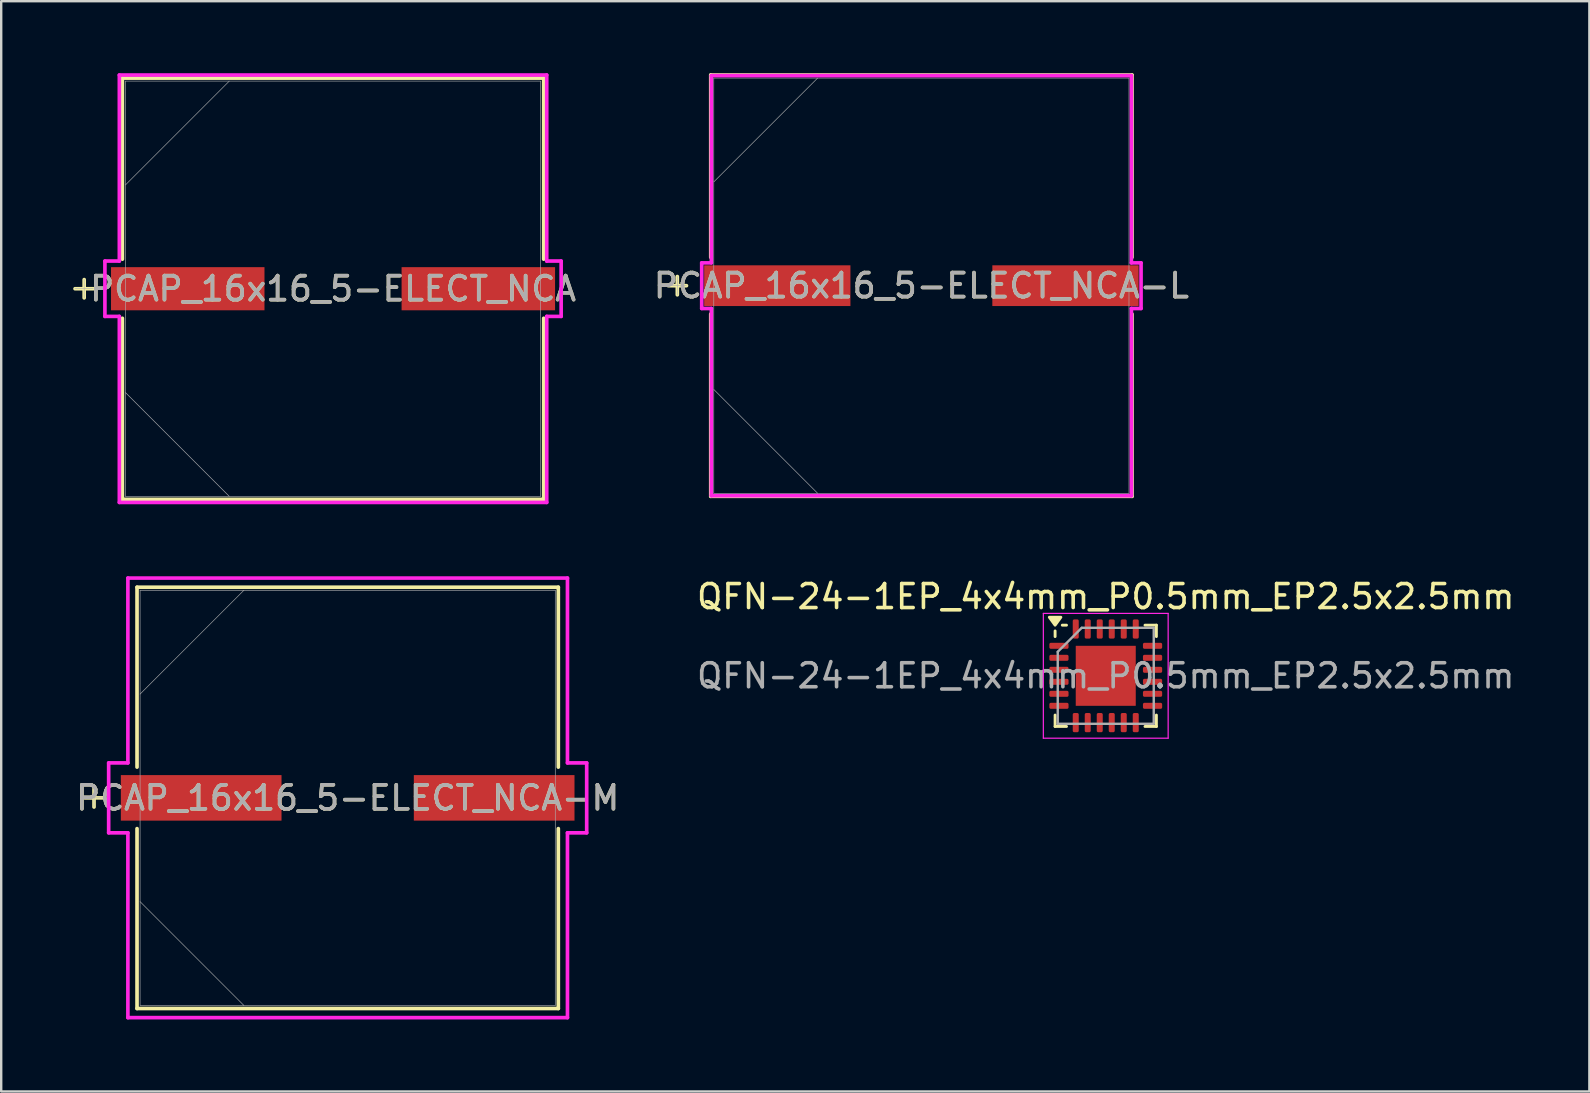
<source format=kicad_pcb>
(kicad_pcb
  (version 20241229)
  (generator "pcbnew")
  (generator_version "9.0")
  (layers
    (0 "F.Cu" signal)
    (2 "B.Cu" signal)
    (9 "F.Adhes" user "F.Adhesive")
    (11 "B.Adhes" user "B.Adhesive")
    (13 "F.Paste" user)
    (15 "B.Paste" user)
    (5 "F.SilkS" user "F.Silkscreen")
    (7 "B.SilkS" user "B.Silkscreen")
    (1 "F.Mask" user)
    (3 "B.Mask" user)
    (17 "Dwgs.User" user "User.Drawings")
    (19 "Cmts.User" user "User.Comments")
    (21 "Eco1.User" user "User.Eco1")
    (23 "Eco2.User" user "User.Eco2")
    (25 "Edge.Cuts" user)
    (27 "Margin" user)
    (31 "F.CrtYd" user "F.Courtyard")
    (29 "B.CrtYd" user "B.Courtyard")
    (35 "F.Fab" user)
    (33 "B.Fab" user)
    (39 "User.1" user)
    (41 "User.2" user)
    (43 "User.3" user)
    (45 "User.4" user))
  (footprint "PCAP_16x16_5-ELECT_NCA"
    (layer "F.Cu")
    (at 10.825 8.979)
    (property "Reference" "PCAP_16x16_5-ELECT_NCA" (at 0 0 0) (unlocked yes) (layer "F.SilkS") (effects (font (size 1 1) (thickness 0.15))))
    (attr smd)
    (fp_line (start -10.368 -0.381) (end -10.368 0.381) (stroke (width 0.152) (type solid)) (layer "F.SilkS"))
    (fp_line (start -9.987 0) (end -10.749 0) (stroke (width 0.152) (type solid)) (layer "F.SilkS"))
    (fp_line (start -8.776 -8.776) (end -8.776 -1.231) (stroke (width 0.152) (type solid)) (layer "F.SilkS"))
    (fp_line (start -8.776 1.231) (end -8.776 8.776) (stroke (width 0.152) (type solid)) (layer "F.SilkS"))
    (fp_line (start -8.776 8.776) (end 8.776 8.776) (stroke (width 0.152) (type solid)) (layer "F.SilkS"))
    (fp_line (start 8.776 -8.776) (end -8.776 -8.776) (stroke (width 0.152) (type solid)) (layer "F.SilkS"))
    (fp_line (start 8.776 -1.231) (end 8.776 -8.776) (stroke (width 0.152) (type solid)) (layer "F.SilkS"))
    (fp_line (start 8.776 8.776) (end 8.776 1.231) (stroke (width 0.152) (type solid)) (layer "F.SilkS"))
    (fp_line (start -9.504 -1.153) (end -8.903 -1.153) (stroke (width 0.152) (type solid)) (layer "F.CrtYd"))
    (fp_line (start -9.504 1.153) (end -9.504 -1.153) (stroke (width 0.152) (type solid)) (layer "F.CrtYd"))
    (fp_line (start -8.903 -8.903) (end 8.903 -8.903) (stroke (width 0.152) (type solid)) (layer "F.CrtYd"))
    (fp_line (start -8.903 -1.153) (end -8.903 -8.903) (stroke (width 0.152) (type solid)) (layer "F.CrtYd"))
    (fp_line (start -8.903 1.153) (end -9.504 1.153) (stroke (width 0.152) (type solid)) (layer "F.CrtYd"))
    (fp_line (start -8.903 8.903) (end -8.903 1.153) (stroke (width 0.152) (type solid)) (layer "F.CrtYd"))
    (fp_line (start 8.903 -8.903) (end 8.903 -1.153) (stroke (width 0.152) (type solid)) (layer "F.CrtYd"))
    (fp_line (start 8.903 -1.153) (end 9.504 -1.153) (stroke (width 0.152) (type solid)) (layer "F.CrtYd"))
    (fp_line (start 8.903 1.153) (end 8.903 8.903) (stroke (width 0.152) (type solid)) (layer "F.CrtYd"))
    (fp_line (start 8.903 8.903) (end -8.903 8.903) (stroke (width 0.152) (type solid)) (layer "F.CrtYd"))
    (fp_line (start 9.504 -1.153) (end 9.504 1.153) (stroke (width 0.152) (type solid)) (layer "F.CrtYd"))
    (fp_line (start 9.504 1.153) (end 8.903 1.153) (stroke (width 0.152) (type solid)) (layer "F.CrtYd"))
    (fp_line (start -10.368 -0.381) (end -10.368 0.381) (stroke (width 0.025) (type solid)) (layer "F.Fab"))
    (fp_line (start -9.987 0) (end -10.749 0) (stroke (width 0.025) (type solid)) (layer "F.Fab"))
    (fp_line (start -8.649 -8.649) (end -8.649 8.649) (stroke (width 0.025) (type solid)) (layer "F.Fab"))
    (fp_line (start -8.649 -4.324) (end -4.324 -8.649) (stroke (width 0.025) (type solid)) (layer "F.Fab"))
    (fp_line (start -8.649 4.324) (end -4.324 8.649) (stroke (width 0.025) (type solid)) (layer "F.Fab"))
    (fp_line (start -8.649 8.649) (end 8.649 8.649) (stroke (width 0.025) (type solid)) (layer "F.Fab"))
    (fp_line (start 8.649 -8.649) (end -8.649 -8.649) (stroke (width 0.025) (type solid)) (layer "F.Fab"))
    (fp_line (start 8.649 8.649) (end 8.649 -8.649) (stroke (width 0.025) (type solid)) (layer "F.Fab"))
    (fp_text user "${REFERENCE}" (at 0 0 0) (unlocked yes) (layer "F.Fab") (effects (font (size 1 1) (thickness 0.15))))
    (pad "1" smd rect (at -6.053 0) (size 6.394 1.797) (layers "F.Cu" "F.Mask" "F.Paste"))
    (pad "2" smd rect (at 6.053 0) (size 6.394 1.797) (layers "F.Cu" "F.Mask" "F.Paste"))
    (zone (net_name "") (layer "F.Cu") (hatch full 0.508) (connect_pads) (min_thickness 0.254) (filled_areas_thickness no) (keepout (tracks not_allowed) (vias not_allowed) (pads allowed) (copperpour not_allowed) (footprints allowed)) (placement (enabled no)) (fill) (polygon (pts (xy 2.227 0.381) (xy 19.423 0.381) (xy 19.423 8.03) (xy 2.227 8.03))))
    (zone (net_name "") (layer "F.Cu") (hatch full 0.508) (connect_pads) (min_thickness 0.254) (filled_areas_thickness no) (keepout (tracks not_allowed) (vias not_allowed) (pads allowed) (copperpour not_allowed) (footprints allowed)) (placement (enabled no)) (fill) (polygon (pts (xy 2.227 9.928) (xy 19.423 9.928) (xy 19.423 17.577) (xy 2.227 17.577))))
    (zone (net_name "") (layer "F.Cu") (hatch full 0.508) (connect_pads) (min_thickness 0.254) (filled_areas_thickness no) (keepout (tracks not_allowed) (vias not_allowed) (pads allowed) (copperpour not_allowed) (footprints allowed)) (placement (enabled no)) (fill) (polygon (pts (xy 7.614 8.03) (xy 14.037 8.03) (xy 14.037 9.928) (xy 7.614 9.928)))))
  (footprint "PCAP_16x16_5-ELECT_NCA-L"
    (layer "F.Cu")
    (at 35.337 8.852)
    (property "Reference" "PCAP_16x16_5-ELECT_NCA-L" (at 0 0 0) (unlocked yes) (layer "F.SilkS") (effects (font (size 1 1) (thickness 0.15))))
    (attr smd)
    (fp_line (start -10.168 -0.381) (end -10.168 0.381) (stroke (width 0.152) (type solid)) (layer "F.SilkS"))
    (fp_line (start -9.787 0) (end -10.549 0) (stroke (width 0.152) (type solid)) (layer "F.SilkS"))
    (fp_line (start -8.776 -8.776) (end -8.776 -1.181) (stroke (width 0.152) (type solid)) (layer "F.SilkS"))
    (fp_line (start -8.776 1.181) (end -8.776 8.776) (stroke (width 0.152) (type solid)) (layer "F.SilkS"))
    (fp_line (start -8.776 8.776) (end 8.776 8.776) (stroke (width 0.152) (type solid)) (layer "F.SilkS"))
    (fp_line (start 8.776 -8.776) (end -8.776 -8.776) (stroke (width 0.152) (type solid)) (layer "F.SilkS"))
    (fp_line (start 8.776 -1.181) (end 8.776 -8.776) (stroke (width 0.152) (type solid)) (layer "F.SilkS"))
    (fp_line (start 8.776 8.776) (end 8.776 1.181) (stroke (width 0.152) (type solid)) (layer "F.SilkS"))
    (fp_line (start -9.152 -0.95) (end -8.75 -0.95) (stroke (width 0.152) (type solid)) (layer "F.CrtYd"))
    (fp_line (start -9.152 0.95) (end -9.152 -0.95) (stroke (width 0.152) (type solid)) (layer "F.CrtYd"))
    (fp_line (start -8.75 -8.75) (end 8.75 -8.75) (stroke (width 0.152) (type solid)) (layer "F.CrtYd"))
    (fp_line (start -8.75 -0.95) (end -8.75 -8.75) (stroke (width 0.152) (type solid)) (layer "F.CrtYd"))
    (fp_line (start -8.75 0.95) (end -9.152 0.95) (stroke (width 0.152) (type solid)) (layer "F.CrtYd"))
    (fp_line (start -8.75 8.75) (end -8.75 0.95) (stroke (width 0.152) (type solid)) (layer "F.CrtYd"))
    (fp_line (start 8.75 -8.75) (end 8.75 -0.95) (stroke (width 0.152) (type solid)) (layer "F.CrtYd"))
    (fp_line (start 8.75 -0.95) (end 9.152 -0.95) (stroke (width 0.152) (type solid)) (layer "F.CrtYd"))
    (fp_line (start 8.75 0.95) (end 8.75 8.75) (stroke (width 0.152) (type solid)) (layer "F.CrtYd"))
    (fp_line (start 8.75 8.75) (end -8.75 8.75) (stroke (width 0.152) (type solid)) (layer "F.CrtYd"))
    (fp_line (start 9.152 -0.95) (end 9.152 0.95) (stroke (width 0.152) (type solid)) (layer "F.CrtYd"))
    (fp_line (start 9.152 0.95) (end 8.75 0.95) (stroke (width 0.152) (type solid)) (layer "F.CrtYd"))
    (fp_line (start -10.168 -0.381) (end -10.168 0.381) (stroke (width 0.025) (type solid)) (layer "F.Fab"))
    (fp_line (start -9.787 0) (end -10.549 0) (stroke (width 0.025) (type solid)) (layer "F.Fab"))
    (fp_line (start -8.649 -8.649) (end -8.649 8.649) (stroke (width 0.025) (type solid)) (layer "F.Fab"))
    (fp_line (start -8.649 -4.324) (end -4.324 -8.649) (stroke (width 0.025) (type solid)) (layer "F.Fab"))
    (fp_line (start -8.649 4.324) (end -4.324 8.649) (stroke (width 0.025) (type solid)) (layer "F.Fab"))
    (fp_line (start -8.649 8.649) (end 8.649 8.649) (stroke (width 0.025) (type solid)) (layer "F.Fab"))
    (fp_line (start 8.649 -8.649) (end -8.649 -8.649) (stroke (width 0.025) (type solid)) (layer "F.Fab"))
    (fp_line (start 8.649 8.649) (end 8.649 -8.649) (stroke (width 0.025) (type solid)) (layer "F.Fab"))
    (fp_text user "${REFERENCE}" (at 0 0 0) (unlocked yes) (layer "F.Fab") (effects (font (size 1 1) (thickness 0.15))))
    (pad "1" smd rect (at -6.003 0) (size 6.094 1.697) (layers "F.Cu" "F.Mask" "F.Paste"))
    (pad "2" smd rect (at 6.003 0) (size 6.094 1.697) (layers "F.Cu" "F.Mask" "F.Paste"))
    (zone (net_name "") (layer "F.Cu") (hatch full 0.508) (connect_pads) (min_thickness 0.254) (filled_areas_thickness no) (keepout (tracks not_allowed) (vias not_allowed) (pads allowed) (copperpour not_allowed) (footprints allowed)) (placement (enabled no)) (fill) (polygon (pts (xy 26.739 0.254) (xy 43.935 0.254) (xy 43.935 7.953) (xy 26.739 7.953))))
    (zone (net_name "") (layer "F.Cu") (hatch full 0.508) (connect_pads) (min_thickness 0.254) (filled_areas_thickness no) (keepout (tracks not_allowed) (vias not_allowed) (pads allowed) (copperpour not_allowed) (footprints allowed)) (placement (enabled no)) (fill) (polygon (pts (xy 26.739 9.751) (xy 43.935 9.751) (xy 43.935 17.45) (xy 26.739 17.45))))
    (zone (net_name "") (layer "F.Cu") (hatch full 0.508) (connect_pads) (min_thickness 0.254) (filled_areas_thickness no) (keepout (tracks not_allowed) (vias not_allowed) (pads allowed) (copperpour not_allowed) (footprints allowed)) (placement (enabled no)) (fill) (polygon (pts (xy 32.026 7.953) (xy 38.649 7.953) (xy 38.649 9.751) (xy 32.026 9.751)))))
  (footprint "QFN-24-1EP_4x4mm_P0.5mm_EP2.5x2.5mm"
    (layer "F.Cu")
    (at 43.018 25.106)
    (property "Reference" "QFN-24-1EP_4x4mm_P0.5mm_EP2.5x2.5mm" (at 0 -3.3 0) (layer "F.SilkS") (effects (font (size 1 1) (thickness 0.15))))
    (attr smd)
    (fp_line (start -2.11 -1.635) (end -2.11 -1.87) (stroke (width 0.12) (type solid)) (layer "F.SilkS"))
    (fp_line (start -2.11 2.11) (end -2.11 1.635) (stroke (width 0.12) (type solid)) (layer "F.SilkS"))
    (fp_line (start -1.635 -2.11) (end -1.81 -2.11) (stroke (width 0.12) (type solid)) (layer "F.SilkS"))
    (fp_line (start -1.635 2.11) (end -2.11 2.11) (stroke (width 0.12) (type solid)) (layer "F.SilkS"))
    (fp_line (start 1.635 -2.11) (end 2.11 -2.11) (stroke (width 0.12) (type solid)) (layer "F.SilkS"))
    (fp_line (start 1.635 2.11) (end 2.11 2.11) (stroke (width 0.12) (type solid)) (layer "F.SilkS"))
    (fp_line (start 2.11 -2.11) (end 2.11 -1.635) (stroke (width 0.12) (type solid)) (layer "F.SilkS"))
    (fp_line (start 2.11 2.11) (end 2.11 1.635) (stroke (width 0.12) (type solid)) (layer "F.SilkS"))
    (fp_poly (pts (xy -2.11 -2.11) (xy -2.35 -2.44) (xy -1.87 -2.44) (xy -2.11 -2.11)) (stroke (width 0.12) (type solid)) (fill yes) (layer "F.SilkS"))
    (fp_line (start -2.6 -2.6) (end -2.6 2.6) (stroke (width 0.05) (type solid)) (layer "F.CrtYd"))
    (fp_line (start -2.6 2.6) (end 2.6 2.6) (stroke (width 0.05) (type solid)) (layer "F.CrtYd"))
    (fp_line (start 2.6 -2.6) (end -2.6 -2.6) (stroke (width 0.05) (type solid)) (layer "F.CrtYd"))
    (fp_line (start 2.6 2.6) (end 2.6 -2.6) (stroke (width 0.05) (type solid)) (layer "F.CrtYd"))
    (fp_line (start -2 -1) (end -1 -2) (stroke (width 0.1) (type solid)) (layer "F.Fab"))
    (fp_line (start -2 2) (end -2 -1) (stroke (width 0.1) (type solid)) (layer "F.Fab"))
    (fp_line (start -1 -2) (end 2 -2) (stroke (width 0.1) (type solid)) (layer "F.Fab"))
    (fp_line (start 2 -2) (end 2 2) (stroke (width 0.1) (type solid)) (layer "F.Fab"))
    (fp_line (start 2 2) (end -2 2) (stroke (width 0.1) (type solid)) (layer "F.Fab"))
    (fp_text user "${REFERENCE}" (at 0 0 0) (layer "F.Fab") (effects (font (size 1 1) (thickness 0.15))))
    (pad "" smd roundrect (at -0.625 -0.625) (size 1.01 1.01) (layers "F.Paste") (roundrect_rratio 0.248))
    (pad "" smd roundrect (at -0.625 0.625) (size 1.01 1.01) (layers "F.Paste") (roundrect_rratio 0.248))
    (pad "" smd roundrect (at 0.625 -0.625) (size 1.01 1.01) (layers "F.Paste") (roundrect_rratio 0.248))
    (pad "" smd roundrect (at 0.625 0.625) (size 1.01 1.01) (layers "F.Paste") (roundrect_rratio 0.248))
    (pad "1" smd roundrect (at -1.95 -1.25) (size 0.8 0.25) (layers "F.Cu" "F.Mask" "F.Paste") (roundrect_rratio 0.25))
    (pad "2" smd roundrect (at -1.95 -0.75) (size 0.8 0.25) (layers "F.Cu" "F.Mask" "F.Paste") (roundrect_rratio 0.25))
    (pad "3" smd roundrect (at -1.95 -0.25) (size 0.8 0.25) (layers "F.Cu" "F.Mask" "F.Paste") (roundrect_rratio 0.25))
    (pad "4" smd roundrect (at -1.95 0.25) (size 0.8 0.25) (layers "F.Cu" "F.Mask" "F.Paste") (roundrect_rratio 0.25))
    (pad "5" smd roundrect (at -1.95 0.75) (size 0.8 0.25) (layers "F.Cu" "F.Mask" "F.Paste") (roundrect_rratio 0.25))
    (pad "6" smd roundrect (at -1.95 1.25) (size 0.8 0.25) (layers "F.Cu" "F.Mask" "F.Paste") (roundrect_rratio 0.25))
    (pad "7" smd roundrect (at -1.25 1.95) (size 0.25 0.8) (layers "F.Cu" "F.Mask" "F.Paste") (roundrect_rratio 0.25))
    (pad "8" smd roundrect (at -0.75 1.95) (size 0.25 0.8) (layers "F.Cu" "F.Mask" "F.Paste") (roundrect_rratio 0.25))
    (pad "9" smd roundrect (at -0.25 1.95) (size 0.25 0.8) (layers "F.Cu" "F.Mask" "F.Paste") (roundrect_rratio 0.25))
    (pad "10" smd roundrect (at 0.25 1.95) (size 0.25 0.8) (layers "F.Cu" "F.Mask" "F.Paste") (roundrect_rratio 0.25))
    (pad "11" smd roundrect (at 0.75 1.95) (size 0.25 0.8) (layers "F.Cu" "F.Mask" "F.Paste") (roundrect_rratio 0.25))
    (pad "12" smd roundrect (at 1.25 1.95) (size 0.25 0.8) (layers "F.Cu" "F.Mask" "F.Paste") (roundrect_rratio 0.25))
    (pad "13" smd roundrect (at 1.95 1.25) (size 0.8 0.25) (layers "F.Cu" "F.Mask" "F.Paste") (roundrect_rratio 0.25))
    (pad "14" smd roundrect (at 1.95 0.75) (size 0.8 0.25) (layers "F.Cu" "F.Mask" "F.Paste") (roundrect_rratio 0.25))
    (pad "15" smd roundrect (at 1.95 0.25) (size 0.8 0.25) (layers "F.Cu" "F.Mask" "F.Paste") (roundrect_rratio 0.25))
    (pad "16" smd roundrect (at 1.95 -0.25) (size 0.8 0.25) (layers "F.Cu" "F.Mask" "F.Paste") (roundrect_rratio 0.25))
    (pad "17" smd roundrect (at 1.95 -0.75) (size 0.8 0.25) (layers "F.Cu" "F.Mask" "F.Paste") (roundrect_rratio 0.25))
    (pad "18" smd roundrect (at 1.95 -1.25) (size 0.8 0.25) (layers "F.Cu" "F.Mask" "F.Paste") (roundrect_rratio 0.25))
    (pad "19" smd roundrect (at 1.25 -1.95) (size 0.25 0.8) (layers "F.Cu" "F.Mask" "F.Paste") (roundrect_rratio 0.25))
    (pad "20" smd roundrect (at 0.75 -1.95) (size 0.25 0.8) (layers "F.Cu" "F.Mask" "F.Paste") (roundrect_rratio 0.25))
    (pad "21" smd roundrect (at 0.25 -1.95) (size 0.25 0.8) (layers "F.Cu" "F.Mask" "F.Paste") (roundrect_rratio 0.25))
    (pad "22" smd roundrect (at -0.25 -1.95) (size 0.25 0.8) (layers "F.Cu" "F.Mask" "F.Paste") (roundrect_rratio 0.25))
    (pad "23" smd roundrect (at -0.75 -1.95) (size 0.25 0.8) (layers "F.Cu" "F.Mask" "F.Paste") (roundrect_rratio 0.25))
    (pad "24" smd roundrect (at -1.25 -1.95) (size 0.25 0.8) (layers "F.Cu" "F.Mask" "F.Paste") (roundrect_rratio 0.25))
    (pad "25" smd rect (at 0 0) (size 2.5 2.5) (property pad_prop_heatsink) (layers "F.Cu" "F.Mask")))
  (footprint "PCAP_16x16_5-ELECT_NCA-M"
    (layer "F.Cu")
    (at 11.435 30.191)
    (property "Reference" "PCAP_16x16_5-ELECT_NCA-M" (at 0 0 0) (unlocked yes) (layer "F.SilkS") (effects (font (size 1 1) (thickness 0.15))))
    (attr smd)
    (fp_line (start -10.568 -0.381) (end -10.568 0.381) (stroke (width 0.152) (type solid)) (layer "F.SilkS"))
    (fp_line (start -10.187 0) (end -10.949 0) (stroke (width 0.152) (type solid)) (layer "F.SilkS"))
    (fp_line (start -8.776 -8.776) (end -8.776 -1.281) (stroke (width 0.152) (type solid)) (layer "F.SilkS"))
    (fp_line (start -8.776 1.281) (end -8.776 8.776) (stroke (width 0.152) (type solid)) (layer "F.SilkS"))
    (fp_line (start -8.776 8.776) (end 8.776 8.776) (stroke (width 0.152) (type solid)) (layer "F.SilkS"))
    (fp_line (start 8.776 -8.776) (end -8.776 -8.776) (stroke (width 0.152) (type solid)) (layer "F.SilkS"))
    (fp_line (start 8.776 -1.281) (end 8.776 -8.776) (stroke (width 0.152) (type solid)) (layer "F.SilkS"))
    (fp_line (start 8.776 8.776) (end 8.776 1.281) (stroke (width 0.152) (type solid)) (layer "F.SilkS"))
    (fp_line (start -9.958 -1.456) (end -9.157 -1.456) (stroke (width 0.152) (type solid)) (layer "F.CrtYd"))
    (fp_line (start -9.958 1.456) (end -9.958 -1.456) (stroke (width 0.152) (type solid)) (layer "F.CrtYd"))
    (fp_line (start -9.157 -9.157) (end 9.157 -9.157) (stroke (width 0.152) (type solid)) (layer "F.CrtYd"))
    (fp_line (start -9.157 -1.456) (end -9.157 -9.157) (stroke (width 0.152) (type solid)) (layer "F.CrtYd"))
    (fp_line (start -9.157 1.456) (end -9.958 1.456) (stroke (width 0.152) (type solid)) (layer "F.CrtYd"))
    (fp_line (start -9.157 9.157) (end -9.157 1.456) (stroke (width 0.152) (type solid)) (layer "F.CrtYd"))
    (fp_line (start 9.157 -9.157) (end 9.157 -1.456) (stroke (width 0.152) (type solid)) (layer "F.CrtYd"))
    (fp_line (start 9.157 -1.456) (end 9.958 -1.456) (stroke (width 0.152) (type solid)) (layer "F.CrtYd"))
    (fp_line (start 9.157 1.456) (end 9.157 9.157) (stroke (width 0.152) (type solid)) (layer "F.CrtYd"))
    (fp_line (start 9.157 9.157) (end -9.157 9.157) (stroke (width 0.152) (type solid)) (layer "F.CrtYd"))
    (fp_line (start 9.958 -1.456) (end 9.958 1.456) (stroke (width 0.152) (type solid)) (layer "F.CrtYd"))
    (fp_line (start 9.958 1.456) (end 9.157 1.456) (stroke (width 0.152) (type solid)) (layer "F.CrtYd"))
    (fp_line (start -10.568 -0.381) (end -10.568 0.381) (stroke (width 0.025) (type solid)) (layer "F.Fab"))
    (fp_line (start -10.187 0) (end -10.949 0) (stroke (width 0.025) (type solid)) (layer "F.Fab"))
    (fp_line (start -8.649 -8.649) (end -8.649 8.649) (stroke (width 0.025) (type solid)) (layer "F.Fab"))
    (fp_line (start -8.649 -4.324) (end -4.324 -8.649) (stroke (width 0.025) (type solid)) (layer "F.Fab"))
    (fp_line (start -8.649 4.324) (end -4.324 8.649) (stroke (width 0.025) (type solid)) (layer "F.Fab"))
    (fp_line (start -8.649 8.649) (end 8.649 8.649) (stroke (width 0.025) (type solid)) (layer "F.Fab"))
    (fp_line (start 8.649 -8.649) (end -8.649 -8.649) (stroke (width 0.025) (type solid)) (layer "F.Fab"))
    (fp_line (start 8.649 8.649) (end 8.649 -8.649) (stroke (width 0.025) (type solid)) (layer "F.Fab"))
    (fp_text user "${REFERENCE}" (at 0 0 0) (unlocked yes) (layer "F.Fab") (effects (font (size 1 1) (thickness 0.15))))
    (pad "1" smd rect (at -6.103 0) (size 6.694 1.897) (layers "F.Cu" "F.Mask" "F.Paste"))
    (pad "2" smd rect (at 6.103 0) (size 6.694 1.897) (layers "F.Cu" "F.Mask" "F.Paste"))
    (zone (net_name "") (layer "F.Cu") (hatch full 0.508) (connect_pads) (min_thickness 0.254) (filled_areas_thickness no) (keepout (tracks not_allowed) (vias not_allowed) (pads allowed) (copperpour not_allowed) (footprints allowed)) (placement (enabled no)) (fill) (polygon (pts (xy 2.837 21.593) (xy 20.032 21.593) (xy 20.032 29.191) (xy 2.837 29.191))))
    (zone (net_name "") (layer "F.Cu") (hatch full 0.508) (connect_pads) (min_thickness 0.254) (filled_areas_thickness no) (keepout (tracks not_allowed) (vias not_allowed) (pads allowed) (copperpour not_allowed) (footprints allowed)) (placement (enabled no)) (fill) (polygon (pts (xy 2.837 31.19) (xy 20.032 31.19) (xy 20.032 38.789) (xy 2.837 38.789))))
    (zone (net_name "") (layer "F.Cu") (hatch full 0.508) (connect_pads) (min_thickness 0.254) (filled_areas_thickness no) (keepout (tracks not_allowed) (vias not_allowed) (pads allowed) (copperpour not_allowed) (footprints allowed)) (placement (enabled no)) (fill) (polygon (pts (xy 8.323 29.191) (xy 14.546 29.191) (xy 14.546 31.19) (xy 8.323 31.19)))))
  (gr_rect
    (start -3 -3)
    (end 63.167 42.424)
    (stroke (width 0.1) (type default))
    (fill no)
    (layer "Edge.Cuts")))
</source>
